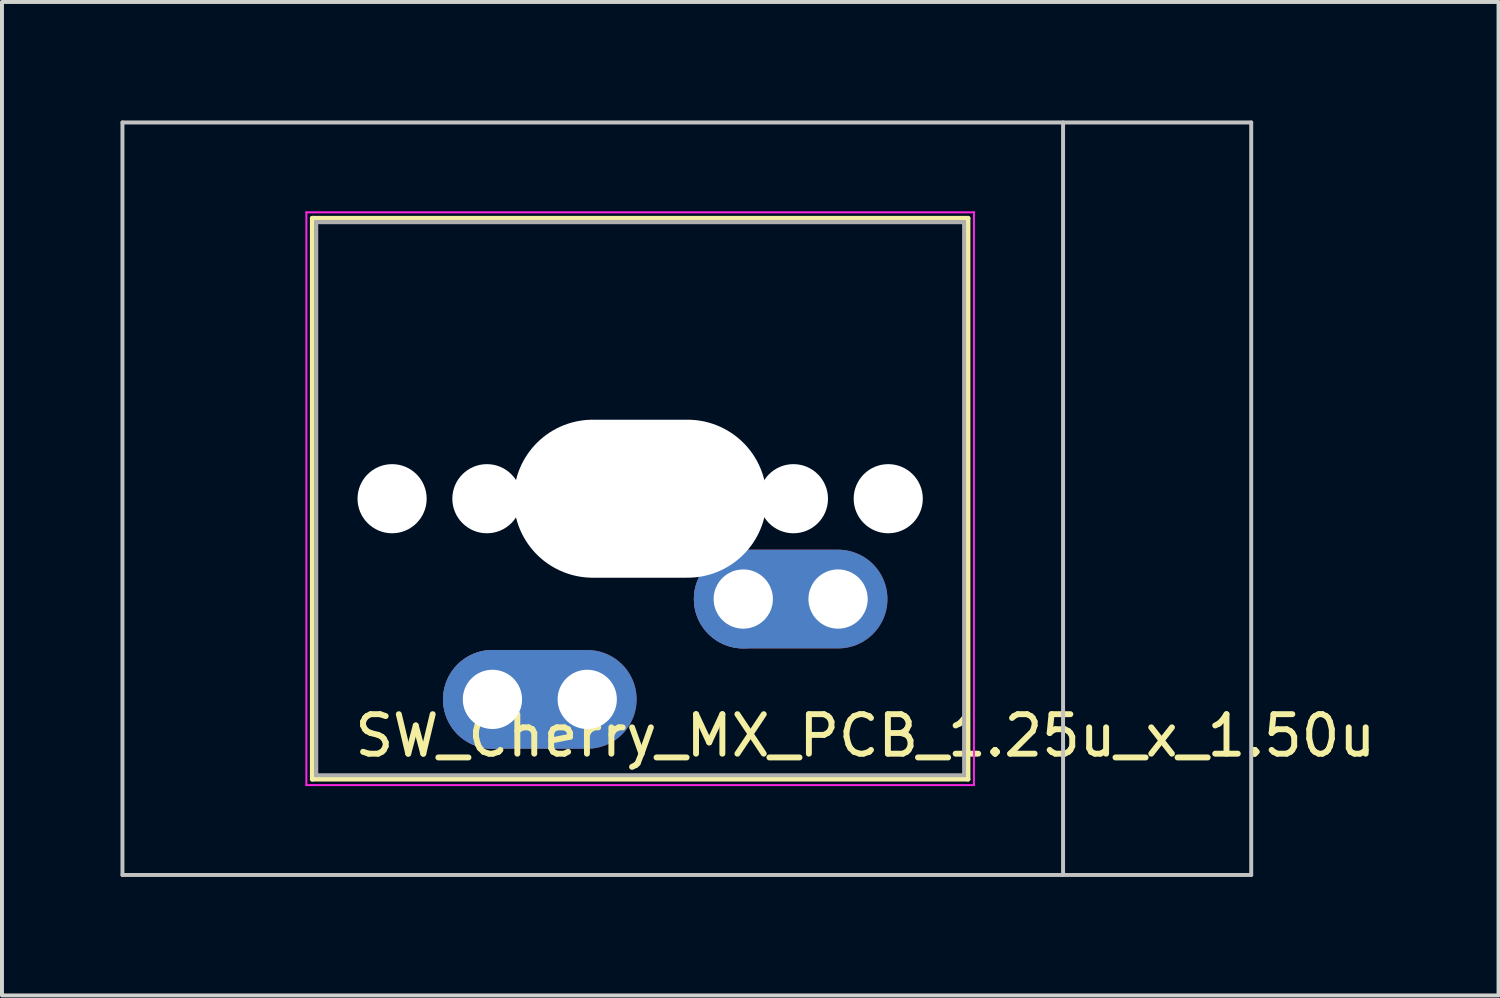
<source format=kicad_pcb>
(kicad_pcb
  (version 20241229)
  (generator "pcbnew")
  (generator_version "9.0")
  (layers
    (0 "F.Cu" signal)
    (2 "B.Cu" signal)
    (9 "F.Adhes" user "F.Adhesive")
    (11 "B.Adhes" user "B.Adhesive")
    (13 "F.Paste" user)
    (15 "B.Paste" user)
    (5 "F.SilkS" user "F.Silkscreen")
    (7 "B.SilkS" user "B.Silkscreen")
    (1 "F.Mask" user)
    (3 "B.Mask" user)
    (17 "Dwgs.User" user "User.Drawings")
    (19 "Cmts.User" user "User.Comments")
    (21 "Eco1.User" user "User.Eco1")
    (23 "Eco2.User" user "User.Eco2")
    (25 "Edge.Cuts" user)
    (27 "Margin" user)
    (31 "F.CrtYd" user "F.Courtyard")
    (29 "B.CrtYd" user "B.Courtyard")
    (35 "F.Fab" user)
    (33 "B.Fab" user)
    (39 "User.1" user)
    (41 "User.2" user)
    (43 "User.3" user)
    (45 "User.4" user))
  (footprint "SW_Cherry_MX_PCB_1.25u_x_1.50u"
    (layer "F.Cu")
    (at 11.956 9.575)
    (property "Reference" "SW_Cherry_MX_PCB_1.25u_x_1.50u" (at 6.9 6 180) (layer "F.SilkS") (effects (font (size 1 1) (thickness 0.15))))
    (attr through_hole)
    (fp_line (start -7.1 -7.1) (end -7.1 7.1) (stroke (width 0.12) (type solid)) (layer "F.SilkS"))
    (fp_line (start -7.1 7.1) (end 9.5 7.1) (stroke (width 0.12) (type solid)) (layer "F.SilkS"))
    (fp_line (start 9.5 -7.1) (end -7.1 -7.1) (stroke (width 0.12) (type solid)) (layer "F.SilkS"))
    (fp_line (start 9.5 7.1) (end 9.5 -7.1) (stroke (width 0.12) (type solid)) (layer "F.SilkS"))
    (fp_line (start -11.906 -9.525) (end -11.906 9.525) (stroke (width 0.1) (type solid)) (layer "Dwgs.User"))
    (fp_line (start -11.906 9.525) (end 16.669 9.525) (stroke (width 0.1) (type solid)) (layer "Dwgs.User"))
    (fp_line (start 11.906 9.525) (end 11.906 -9.525) (stroke (width 0.1) (type solid)) (layer "Dwgs.User"))
    (fp_line (start 16.669 -9.525) (end -11.906 -9.525) (stroke (width 0.1) (type solid)) (layer "Dwgs.User"))
    (fp_line (start 16.669 9.525) (end 16.669 -9.525) (stroke (width 0.1) (type solid)) (layer "Dwgs.User"))
    (fp_line (start -7 -7) (end -7 7) (stroke (width 0.1) (type solid)) (layer "Eco1.User"))
    (fp_line (start -7 7) (end 9.4 7) (stroke (width 0.1) (type solid)) (layer "Eco1.User"))
    (fp_line (start 9.4 -7) (end -7 -7) (stroke (width 0.1) (type solid)) (layer "Eco1.User"))
    (fp_line (start 9.4 7) (end 9.4 -7) (stroke (width 0.1) (type solid)) (layer "Eco1.User"))
    (fp_line (start -7.25 -7.25) (end -7.25 7.25) (stroke (width 0.05) (type solid)) (layer "F.CrtYd"))
    (fp_line (start -7.25 7.25) (end 9.65 7.25) (stroke (width 0.05) (type solid)) (layer "F.CrtYd"))
    (fp_line (start 9.65 -7.25) (end -7.25 -7.25) (stroke (width 0.05) (type solid)) (layer "F.CrtYd"))
    (fp_line (start 9.65 7.25) (end 9.65 -7.25) (stroke (width 0.05) (type solid)) (layer "F.CrtYd"))
    (fp_line (start -7 -7) (end -7 7) (stroke (width 0.1) (type solid)) (layer "F.Fab"))
    (fp_line (start -7 7) (end 9.4 7) (stroke (width 0.1) (type solid)) (layer "F.Fab"))
    (fp_line (start 9.4 -7) (end -7 -7) (stroke (width 0.1) (type solid)) (layer "F.Fab"))
    (fp_line (start 9.4 7) (end 9.4 -7) (stroke (width 0.1) (type solid)) (layer "F.Fab"))
    (pad "" np_thru_hole circle (at -5.08 0 180) (size 1.75 1.75) (drill 1.75) (layers "*.Cu" "*.Mask"))
    (pad "" np_thru_hole circle (at -2.68 0 180) (size 1.75 1.75) (drill 1.75) (layers "*.Cu" "*.Mask"))
    (pad "" np_thru_hole oval (at 1.2 0 180) (size 6.4 4) (drill oval 6.4 4) (layers "*.Cu"))
    (pad "" np_thru_hole circle (at 5.08 0 180) (size 1.75 1.75) (drill 1.75) (layers "*.Cu" "*.Mask"))
    (pad "" np_thru_hole circle (at 7.48 0 180) (size 1.75 1.75) (drill 1.75) (layers "*.Cu" "*.Mask"))
    (pad "1" thru_hole circle (at 3.81 2.54 180) (size 2.5 2.5) (drill 1.5) (layers "*.Cu" "*.Mask"))
    (pad "1" thru_hole oval (at 6.21 2.54 180) (size 4.9 2.5) (drill 1.5 (offset 1.2 0)) (layers "*.Cu" "*.Mask"))
    (pad "2" thru_hole circle (at -2.54 5.08 180) (size 2.5 2.5) (drill 1.5) (layers "*.Cu" "*.Mask"))
    (pad "2" thru_hole oval (at -0.14 5.08 180) (size 4.9 2.5) (drill 1.5 (offset 1.2 0)) (layers "*.Cu" "*.Mask")))
  (gr_rect
    (start -3 -3)
    (end 34.886 22.15)
    (stroke (width 0.1) (type default))
    (fill no)
    (layer "Edge.Cuts")))
</source>
